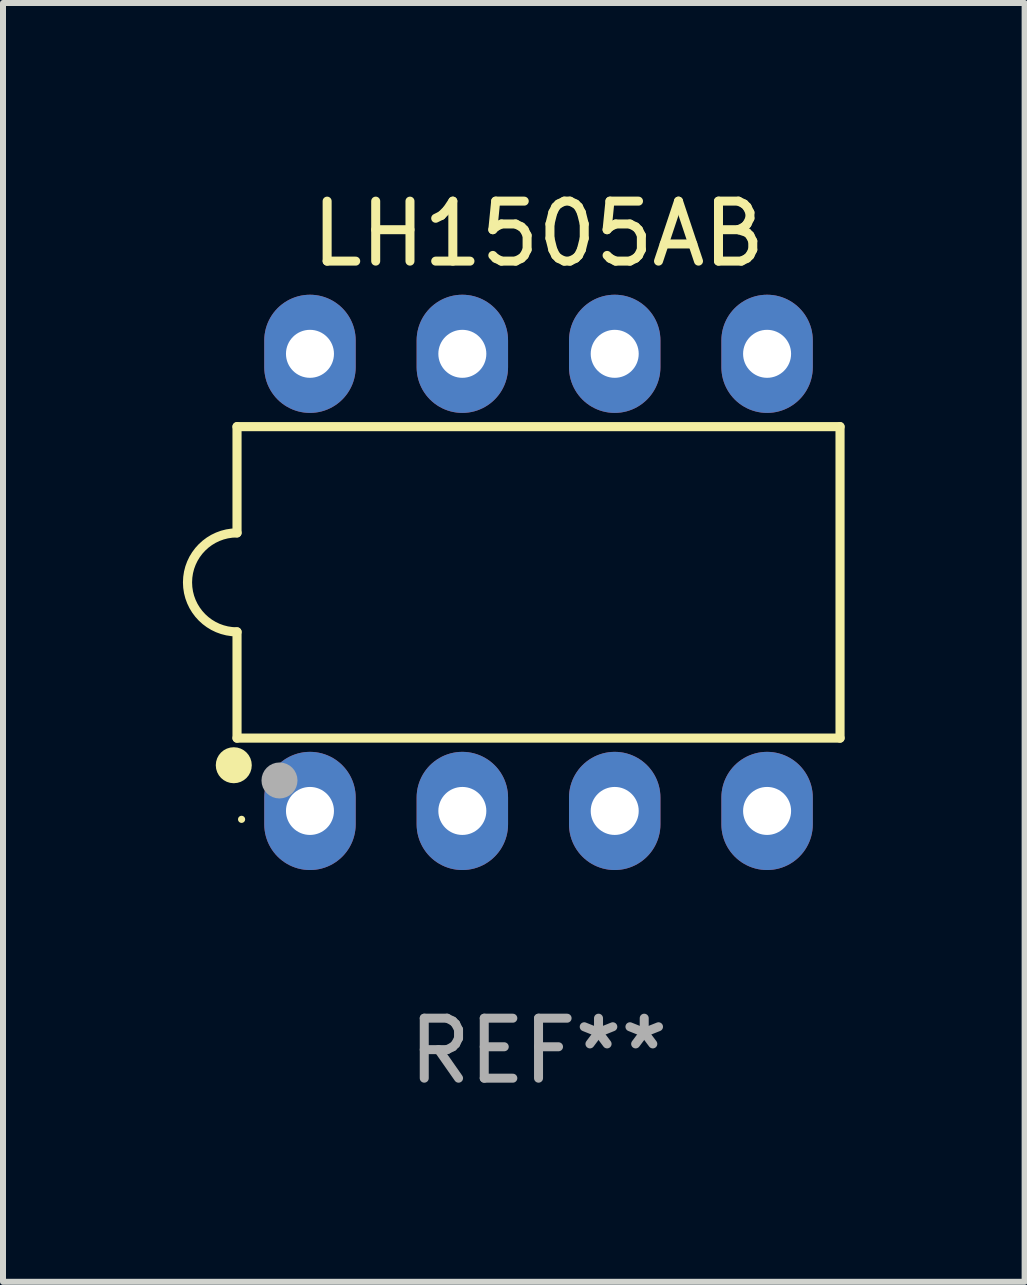
<source format=kicad_pcb>
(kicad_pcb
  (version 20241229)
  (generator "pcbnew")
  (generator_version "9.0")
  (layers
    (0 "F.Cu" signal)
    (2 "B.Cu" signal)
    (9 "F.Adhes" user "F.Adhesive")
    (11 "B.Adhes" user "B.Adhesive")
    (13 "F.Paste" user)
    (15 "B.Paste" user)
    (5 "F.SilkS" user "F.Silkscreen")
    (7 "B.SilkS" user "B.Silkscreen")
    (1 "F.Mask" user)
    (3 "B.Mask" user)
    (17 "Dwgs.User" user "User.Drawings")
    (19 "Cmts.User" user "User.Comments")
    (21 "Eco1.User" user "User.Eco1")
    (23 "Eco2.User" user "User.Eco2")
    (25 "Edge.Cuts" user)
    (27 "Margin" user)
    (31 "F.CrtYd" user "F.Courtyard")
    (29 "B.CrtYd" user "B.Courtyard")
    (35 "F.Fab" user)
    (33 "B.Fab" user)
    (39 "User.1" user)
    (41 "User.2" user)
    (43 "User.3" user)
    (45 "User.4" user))
  (footprint "LH1505AB"
    (layer "F.Cu")
    (at 5.927 6.658)
    (property "Reference" "LH1505AB" (at 0 -5.81 0) (layer "F.SilkS") (effects (font (size 1 1) (thickness 0.15))))
    (attr through_hole)
    (fp_line (start -5.026 -2.596) (end -5.026 -0.825) (stroke (width 0.152) (type solid)) (layer "F.SilkS"))
    (fp_line (start -5.026 0.825) (end -5.026 2.596) (stroke (width 0.152) (type solid)) (layer "F.SilkS"))
    (fp_line (start -5.026 2.596) (end 5.026 2.596) (stroke (width 0.152) (type solid)) (layer "F.SilkS"))
    (fp_line (start 5.026 -2.596) (end -5.026 -2.596) (stroke (width 0.152) (type solid)) (layer "F.SilkS"))
    (fp_line (start 5.026 2.596) (end 5.026 -2.596) (stroke (width 0.152) (type solid)) (layer "F.SilkS"))
    (fp_arc (start -5.026213 0.824999) (mid -5.851212 0) (end -5.026213 -0.824999) (stroke (width 0.1524) (type solid)) (layer "F.SilkS"))
    (fp_circle (center -5.08 3.048) (end -4.93 3.048) (stroke (width 0.3) (type solid)) (fill no) (layer "F.SilkS"))
    (fp_circle (center -4.95 3.95) (end -4.92 3.95) (stroke (width 0.06) (type solid)) (fill no) (layer "F.SilkS"))
    (fp_circle (center -4.318 3.302) (end -4.168 3.302) (stroke (width 0.3) (type solid)) (fill no) (layer "F.Fab"))
    (fp_text user "REF**" (at 0 7.81 0) (layer "F.Fab") (effects (font (size 1 1) (thickness 0.15))))
    (pad "1" thru_hole oval (at -3.81 3.81) (size 1.524 1.97) (drill 0.8) (layers "*.Cu" "*.Mask"))
    (pad "2" thru_hole oval (at -1.27 3.81) (size 1.524 1.97) (drill 0.8) (layers "*.Cu" "*.Mask"))
    (pad "3" thru_hole oval (at 1.27 3.81) (size 1.524 1.97) (drill 0.8) (layers "*.Cu" "*.Mask"))
    (pad "4" thru_hole oval (at 3.81 3.81) (size 1.524 1.97) (drill 0.8) (layers "*.Cu" "*.Mask"))
    (pad "5" thru_hole oval (at 3.81 -3.81) (size 1.524 1.97) (drill 0.8) (layers "*.Cu" "*.Mask"))
    (pad "6" thru_hole oval (at 1.27 -3.81) (size 1.524 1.97) (drill 0.8) (layers "*.Cu" "*.Mask"))
    (pad "7" thru_hole oval (at -1.27 -3.81) (size 1.524 1.97) (drill 0.8) (layers "*.Cu" "*.Mask"))
    (pad "8" thru_hole oval (at -3.81 -3.81) (size 1.524 1.97) (drill 0.8) (layers "*.Cu" "*.Mask")))
  (gr_rect
    (start -3 -3)
    (end 14.03 18.317)
    (stroke (width 0.1) (type default))
    (fill no)
    (layer "Edge.Cuts")))
</source>
